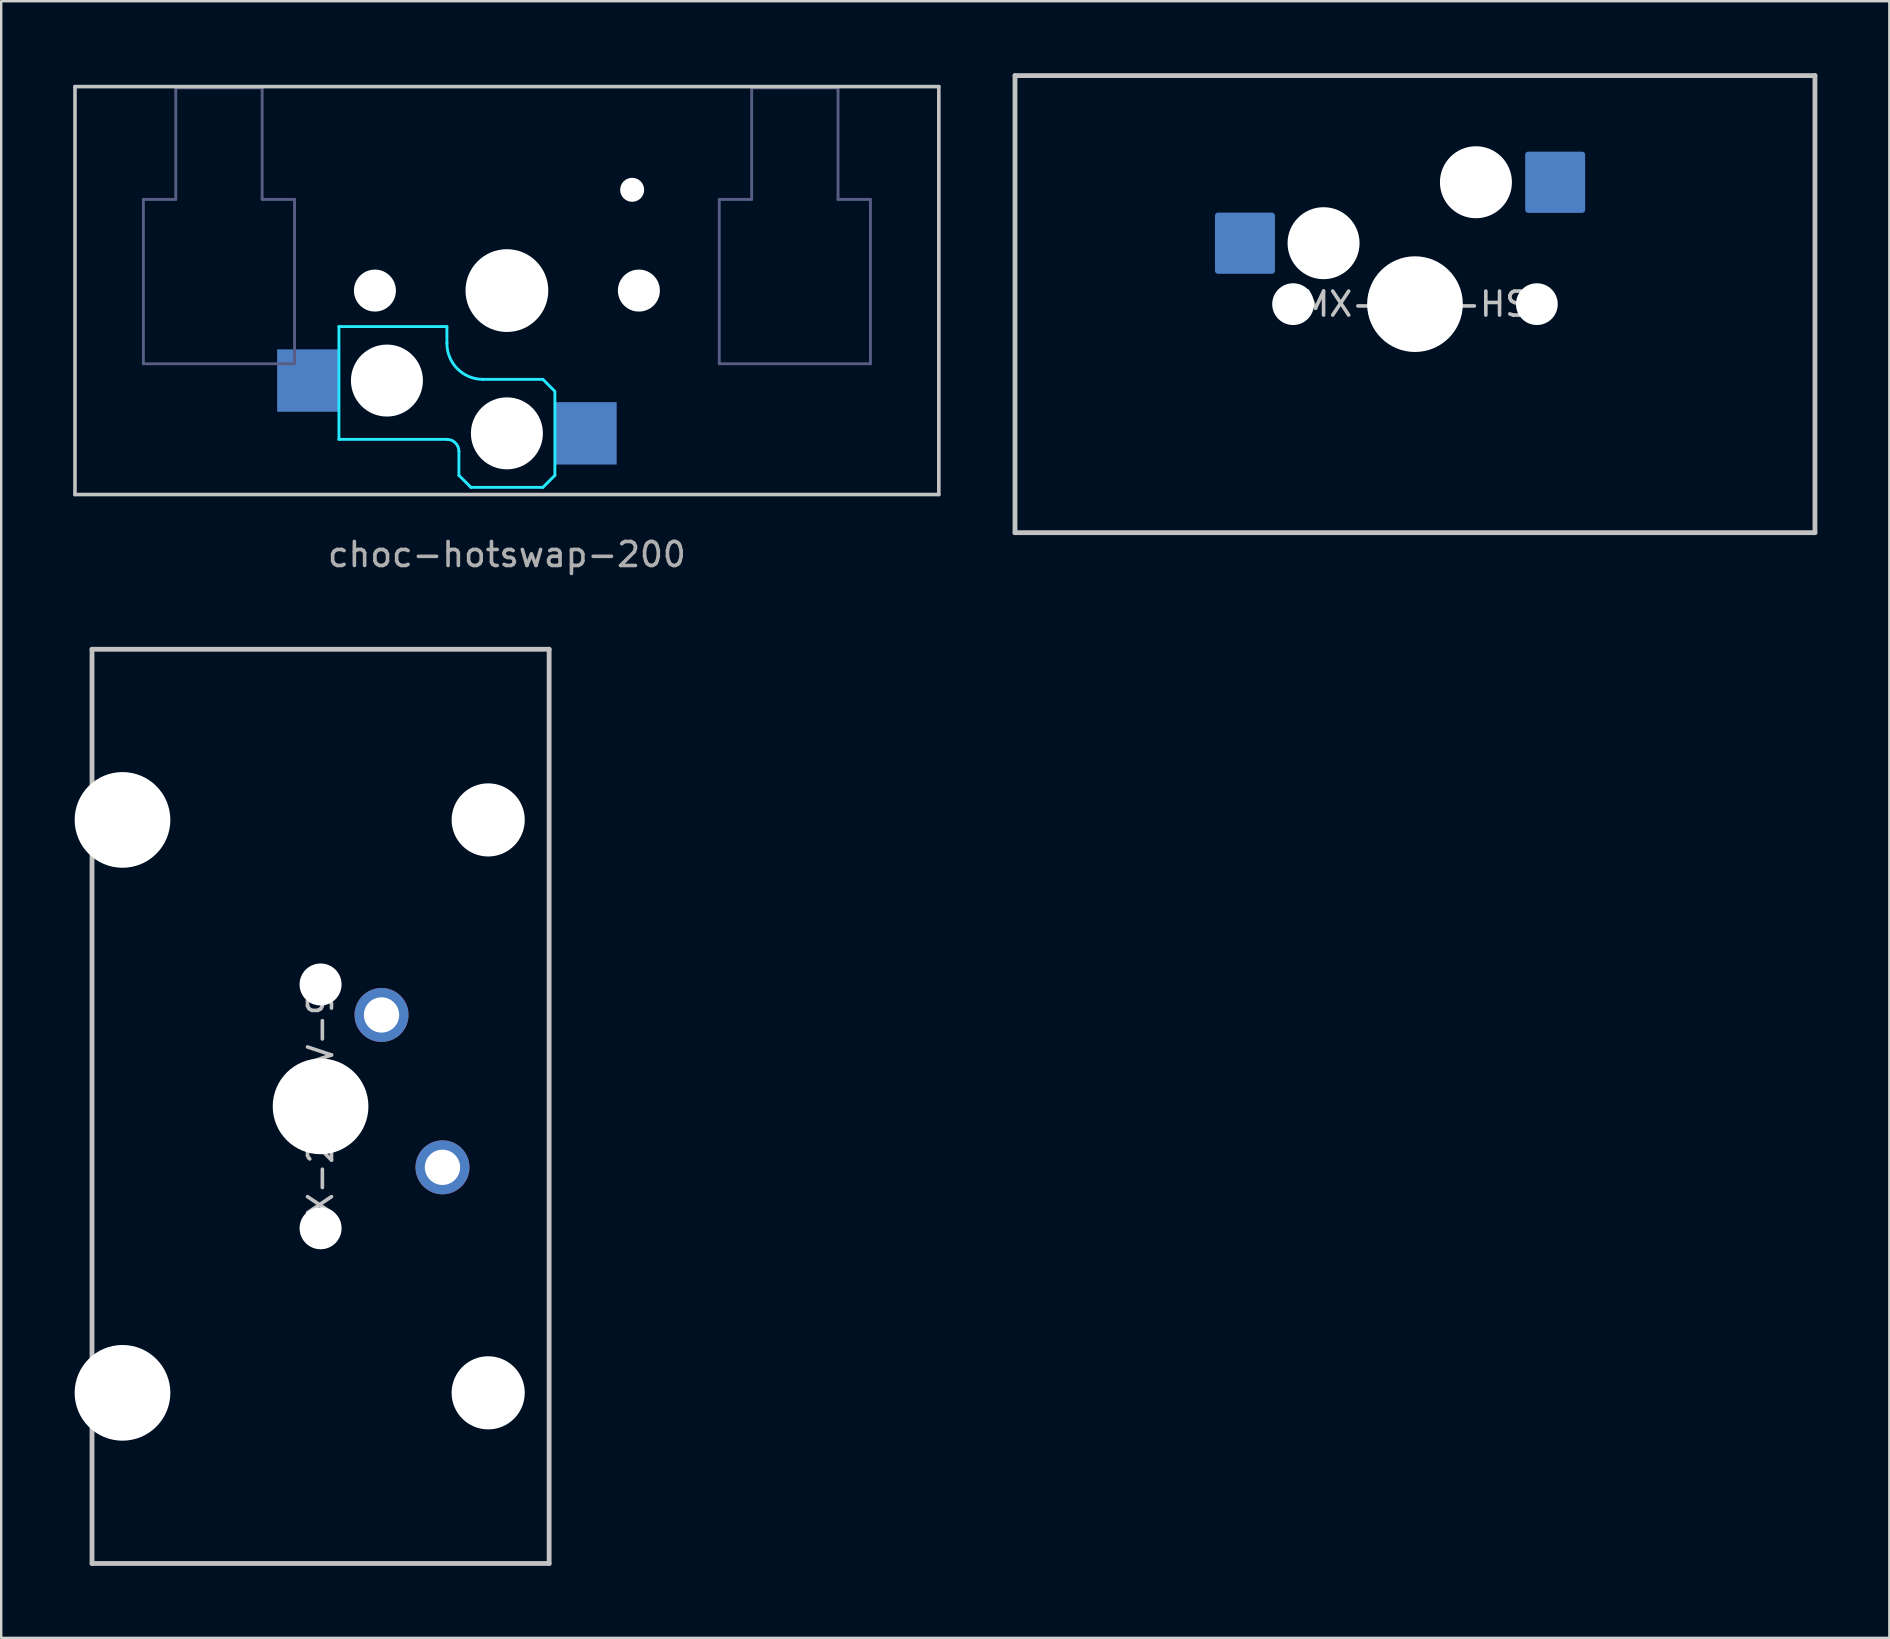
<source format=kicad_pcb>
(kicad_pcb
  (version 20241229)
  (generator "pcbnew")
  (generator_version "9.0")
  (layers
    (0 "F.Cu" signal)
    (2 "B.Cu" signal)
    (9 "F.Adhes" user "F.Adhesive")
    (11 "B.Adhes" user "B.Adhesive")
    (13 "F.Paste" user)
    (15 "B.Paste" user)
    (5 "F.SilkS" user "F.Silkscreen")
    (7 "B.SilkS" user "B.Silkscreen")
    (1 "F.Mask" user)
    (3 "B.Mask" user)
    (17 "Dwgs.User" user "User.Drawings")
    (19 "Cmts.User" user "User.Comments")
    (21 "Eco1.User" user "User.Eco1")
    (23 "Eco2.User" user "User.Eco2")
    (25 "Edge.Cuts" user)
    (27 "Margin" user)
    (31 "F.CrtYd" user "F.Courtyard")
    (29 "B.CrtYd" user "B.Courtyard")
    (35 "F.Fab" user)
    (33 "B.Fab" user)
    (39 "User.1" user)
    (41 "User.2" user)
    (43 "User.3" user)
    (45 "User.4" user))
  (footprint "MX-200-V-90"
    (layer "F.Cu")
    (at 10.31 43.058)
    (property "Reference" "MX-200-V-90" (at 0 0 270) (layer "Dwgs.User") (effects (font (size 1 1) (thickness 0.15))))
    (attr through_hole)
    (fp_line (start -9.525 -19.05) (end 9.525 -19.05) (stroke (width 0.2) (type solid)) (layer "Dwgs.User"))
    (fp_line (start -9.525 19.05) (end -9.525 -19.05) (stroke (width 0.2) (type solid)) (layer "Dwgs.User"))
    (fp_line (start 9.525 19.05) (end -9.525 19.05) (stroke (width 0.2) (type solid)) (layer "Dwgs.User"))
    (fp_line (start 9.525 19.05) (end 9.525 -19.05) (stroke (width 0.2) (type solid)) (layer "Dwgs.User"))
    (fp_line (start -10.25 -15.368) (end -10.25 15.368) (stroke (width 0.12) (type solid)) (layer "Eco1.User"))
    (fp_line (start -10.25 15.368) (end 8.95 15.368) (stroke (width 0.12) (type solid)) (layer "Eco1.User"))
    (fp_line (start -7 -8.508) (end 8.95 -8.508) (stroke (width 0.12) (type solid)) (layer "Eco1.User"))
    (fp_line (start -7 -7) (end -7 -8.508) (stroke (width 0.12) (type solid)) (layer "Eco1.User"))
    (fp_line (start -7 8.508) (end -7 7) (stroke (width 0.12) (type solid)) (layer "Eco1.User"))
    (fp_line (start 7 -7) (end -7 -7) (stroke (width 0.12) (type solid)) (layer "Eco1.User"))
    (fp_line (start 7 -7) (end 7 7) (stroke (width 0.12) (type solid)) (layer "Eco1.User"))
    (fp_line (start 7 7) (end -7 7) (stroke (width 0.12) (type solid)) (layer "Eco1.User"))
    (fp_line (start 8.95 -15.368) (end -10.25 -15.368) (stroke (width 0.12) (type solid)) (layer "Eco1.User"))
    (fp_line (start 8.95 -8.508) (end 8.95 -15.368) (stroke (width 0.12) (type solid)) (layer "Eco1.User"))
    (fp_line (start 8.95 8.508) (end -7 8.508) (stroke (width 0.12) (type solid)) (layer "Eco1.User"))
    (fp_line (start 8.95 15.368) (end 8.95 8.508) (stroke (width 0.12) (type solid)) (layer "Eco1.User"))
    (fp_circle (center 6.985 -11.938) (end 6.985 -9.438) (stroke (width 0.12) (type solid)) (fill no) (layer "Eco2.User"))
    (fp_circle (center 6.985 11.938) (end 6.985 14.438) (stroke (width 0.12) (type solid)) (fill no) (layer "Eco2.User"))
    (pad "" np_thru_hole circle (at -8.255 -11.938 270) (size 3.988 3.988) (drill 3.988) (layers "*.Cu" "*.Mask"))
    (pad "" np_thru_hole circle (at -8.255 11.938 270) (size 3.988 3.988) (drill 3.988) (layers "*.Cu" "*.Mask"))
    (pad "" np_thru_hole circle (at 0 -5.08 90) (size 1.75 1.75) (drill 1.75) (layers "*.Cu" "*.Mask"))
    (pad "" np_thru_hole circle (at 0 0) (size 3.988 3.988) (drill 3.988) (layers "*.Cu" "*.Mask"))
    (pad "" np_thru_hole circle (at 0 5.08 90) (size 1.75 1.75) (drill 1.75) (layers "*.Cu" "*.Mask"))
    (pad "" np_thru_hole circle (at 6.985 -11.938 270) (size 3.048 3.048) (drill 3.048) (layers "*.Cu" "*.Mask"))
    (pad "" np_thru_hole circle (at 6.985 11.938 270) (size 3.048 3.048) (drill 3.048) (layers "*.Cu" "*.Mask"))
    (pad "1" thru_hole circle (at 5.08 2.54 270) (size 2.25 2.25) (drill 1.47) (layers "*.Cu" "B.Mask"))
    (pad "2" thru_hole circle (at 2.54 -3.81 270) (size 2.25 2.25) (drill 1.47) (layers "*.Cu" "B.Mask")))
  (footprint "choc-hotswap-200"
    (layer "F.Cu")
    (at 18.075 9.06)
    (property "Reference" "choc-hotswap-200" (at 0 11 0) (layer "F.Fab") (effects (font (size 1 1) (thickness 0.15))))
    (attr smd)
    (fp_line (start -18 -8.5) (end 18 -8.5) (stroke (width 0.15) (type solid)) (layer "Dwgs.User"))
    (fp_line (start -18 8.5) (end -18 -8.5) (stroke (width 0.15) (type solid)) (layer "Dwgs.User"))
    (fp_line (start -18 8.5) (end 18 8.5) (stroke (width 0.15) (type solid)) (layer "Dwgs.User"))
    (fp_line (start 18 -8.5) (end 18 8.5) (stroke (width 0.15) (type solid)) (layer "Dwgs.User"))
    (fp_line (start -6.9 6.9) (end -6.9 -6.9) (stroke (width 0.15) (type solid)) (layer "Eco1.User"))
    (fp_line (start -6.9 6.9) (end 6.9 6.9) (stroke (width 0.15) (type solid)) (layer "Eco1.User"))
    (fp_line (start 6.9 -6.9) (end -6.9 -6.9) (stroke (width 0.15) (type solid)) (layer "Eco1.User"))
    (fp_line (start 6.9 -6.9) (end 6.9 6.9) (stroke (width 0.15) (type solid)) (layer "Eco1.User"))
    (fp_line (start -14.65 -3.2) (end -14.65 2.3) (stroke (width 0.12) (type solid)) (layer "Eco2.User"))
    (fp_line (start -14.65 -3.2) (end -9.35 -3.2) (stroke (width 0.12) (type solid)) (layer "Eco2.User"))
    (fp_line (start -14.65 2.3) (end -9.35 2.3) (stroke (width 0.12) (type solid)) (layer "Eco2.User"))
    (fp_line (start -14 -9) (end -14 -5.5) (stroke (width 0.12) (type solid)) (layer "Eco2.User"))
    (fp_line (start -14 -9) (end -10 -9) (stroke (width 0.12) (type solid)) (layer "Eco2.User"))
    (fp_line (start -14 -5.5) (end -10 -5.5) (stroke (width 0.12) (type solid)) (layer "Eco2.User"))
    (fp_line (start -10 -9) (end -10 -5.5) (stroke (width 0.12) (type solid)) (layer "Eco2.User"))
    (fp_line (start -9.35 2.3) (end -9.35 -3.2) (stroke (width 0.12) (type solid)) (layer "Eco2.User"))
    (fp_line (start 9.35 -3.2) (end 9.35 2.3) (stroke (width 0.12) (type solid)) (layer "Eco2.User"))
    (fp_line (start 9.35 -3.2) (end 14.65 -3.2) (stroke (width 0.12) (type solid)) (layer "Eco2.User"))
    (fp_line (start 9.35 2.3) (end 14.65 2.3) (stroke (width 0.12) (type solid)) (layer "Eco2.User"))
    (fp_line (start 10 -9) (end 10 -5.5) (stroke (width 0.12) (type solid)) (layer "Eco2.User"))
    (fp_line (start 10 -9) (end 14 -9) (stroke (width 0.12) (type solid)) (layer "Eco2.User"))
    (fp_line (start 10 -5.5) (end 14 -5.5) (stroke (width 0.12) (type solid)) (layer "Eco2.User"))
    (fp_line (start 14 -9) (end 14 -5.5) (stroke (width 0.12) (type solid)) (layer "Eco2.User"))
    (fp_line (start 14.65 2.3) (end 14.65 -3.2) (stroke (width 0.12) (type solid)) (layer "Eco2.User"))
    (fp_line (start -7 1.5) (end -7 6.2) (stroke (width 0.12) (type solid)) (layer "B.CrtYd"))
    (fp_line (start -7 6.2) (end -2.5 6.2) (stroke (width 0.12) (type solid)) (layer "B.CrtYd"))
    (fp_line (start -2.5 1.5) (end -7 1.5) (stroke (width 0.12) (type solid)) (layer "B.CrtYd"))
    (fp_line (start -2.5 2.2) (end -2.5 1.5) (stroke (width 0.12) (type solid)) (layer "B.CrtYd"))
    (fp_line (start -2 6.7) (end -2 7.7) (stroke (width 0.12) (type solid)) (layer "B.CrtYd"))
    (fp_line (start -1.5 8.2) (end -2 7.7) (stroke (width 0.12) (type solid)) (layer "B.CrtYd"))
    (fp_line (start 1.5 3.7) (end -1 3.7) (stroke (width 0.12) (type solid)) (layer "B.CrtYd"))
    (fp_line (start 1.5 8.2) (end -1.5 8.2) (stroke (width 0.12) (type solid)) (layer "B.CrtYd"))
    (fp_line (start 2 4.2) (end 1.5 3.7) (stroke (width 0.12) (type solid)) (layer "B.CrtYd"))
    (fp_line (start 2 4.25) (end 2 7.7) (stroke (width 0.12) (type solid)) (layer "B.CrtYd"))
    (fp_line (start 2 7.7) (end 1.5 8.2) (stroke (width 0.12) (type solid)) (layer "B.CrtYd"))
    (fp_arc (start -2.5 6.2) (mid -2.146447 6.346447) (end -2 6.7) (stroke (width 0.12) (type solid)) (layer "B.CrtYd"))
    (fp_arc (start -1 3.7) (mid -2.06066 3.26066) (end -2.5 2.2) (stroke (width 0.12) (type solid)) (layer "B.CrtYd"))
    (fp_line (start -15.15 -3.8) (end -13.8 -3.8) (stroke (width 0.12) (type solid)) (layer "B.Fab"))
    (fp_line (start -15.15 3.05) (end -15.15 -3.8) (stroke (width 0.12) (type solid)) (layer "B.Fab"))
    (fp_line (start -13.8 -8.45) (end -13.8 -3.8) (stroke (width 0.12) (type solid)) (layer "B.Fab"))
    (fp_line (start -13.8 -8.45) (end -10.2 -8.45) (stroke (width 0.12) (type solid)) (layer "B.Fab"))
    (fp_line (start -10.2 -8.45) (end -10.2 -3.8) (stroke (width 0.12) (type solid)) (layer "B.Fab"))
    (fp_line (start -10.2 -3.8) (end -8.85 -3.8) (stroke (width 0.12) (type solid)) (layer "B.Fab"))
    (fp_line (start -8.85 3.05) (end -15.15 3.05) (stroke (width 0.12) (type solid)) (layer "B.Fab"))
    (fp_line (start -8.85 3.05) (end -8.85 -3.8) (stroke (width 0.12) (type solid)) (layer "B.Fab"))
    (fp_line (start 8.85 -3.8) (end 10.2 -3.8) (stroke (width 0.12) (type solid)) (layer "B.Fab"))
    (fp_line (start 8.85 3.05) (end 8.85 -3.8) (stroke (width 0.12) (type solid)) (layer "B.Fab"))
    (fp_line (start 10.2 -8.45) (end 10.2 -3.8) (stroke (width 0.12) (type solid)) (layer "B.Fab"))
    (fp_line (start 10.2 -8.45) (end 13.8 -8.45) (stroke (width 0.12) (type solid)) (layer "B.Fab"))
    (fp_line (start 13.8 -8.45) (end 13.8 -3.8) (stroke (width 0.12) (type solid)) (layer "B.Fab"))
    (fp_line (start 13.8 -3.8) (end 15.15 -3.8) (stroke (width 0.12) (type solid)) (layer "B.Fab"))
    (fp_line (start 15.15 3.05) (end 8.85 3.05) (stroke (width 0.12) (type solid)) (layer "B.Fab"))
    (fp_line (start 15.15 3.05) (end 15.15 -3.8) (stroke (width 0.12) (type solid)) (layer "B.Fab"))
    (pad "" np_thru_hole circle (at -5.5 0) (size 1.75 1.75) (drill 1.75) (layers "*.Cu" "*.Mask"))
    (pad "" np_thru_hole circle (at -5 3.75) (size 3 3) (drill 3) (layers "*.Cu" "*.Mask"))
    (pad "" np_thru_hole circle (at 0 0) (size 3.45 3.45) (drill 3.45) (layers "*.Cu" "*.Mask"))
    (pad "" np_thru_hole circle (at 0 5.95) (size 3 3) (drill 3) (layers "*.Cu" "*.Mask"))
    (pad "" np_thru_hole circle (at 5.22 -4.2) (size 1 1) (drill 1) (layers "*.Cu" "*.Mask"))
    (pad "" np_thru_hole circle (at 5.5 0) (size 1.75 1.75) (drill 1.75) (layers "*.Cu" "*.Mask"))
    (pad "1" smd rect (at 3.275 5.95) (size 2.6 2.6) (layers "B.Cu" "B.Mask" "B.Paste"))
    (pad "2" smd rect (at -8.275 3.75) (size 2.6 2.6) (layers "B.Cu" "B.Mask" "B.Paste")))
  (footprint "MX-175-HS"
    (layer "F.Cu")
    (at 55.919 9.625)
    (property "Reference" "MX-175-HS" (at 0 0 0) (layer "Dwgs.User") (effects (font (size 1 1) (thickness 0.15))))
    (attr through_hole)
    (fp_line (start -16.669 -9.525) (end 16.669 -9.525) (stroke (width 0.2) (type solid)) (layer "Dwgs.User"))
    (fp_line (start -16.669 9.525) (end -16.669 -9.525) (stroke (width 0.2) (type solid)) (layer "Dwgs.User"))
    (fp_line (start 16.669 -9.525) (end 16.669 9.525) (stroke (width 0.2) (type solid)) (layer "Dwgs.User"))
    (fp_line (start 16.669 9.525) (end -16.669 9.525) (stroke (width 0.2) (type solid)) (layer "Dwgs.User"))
    (fp_line (start -7 -7) (end 7 -7) (stroke (width 0.12) (type solid)) (layer "Eco1.User"))
    (fp_line (start -7 7) (end -7 -7) (stroke (width 0.12) (type solid)) (layer "Eco1.User"))
    (fp_line (start -7 7) (end 7 7) (stroke (width 0.12) (type solid)) (layer "Eco1.User"))
    (fp_line (start 7 7) (end 7 -7) (stroke (width 0.12) (type solid)) (layer "Eco1.User"))
    (pad "" np_thru_hole circle (at -5.08 0) (size 1.74 1.74) (drill 1.74) (layers "*.Cu" "*.Mask"))
    (pad "" np_thru_hole circle (at -3.81 -2.54) (size 3 3) (drill 3) (layers "*.Cu" "*.Mask"))
    (pad "" np_thru_hole circle (at 0 0) (size 3.988 3.988) (drill 3.988) (layers "*.Cu" "*.Mask"))
    (pad "" np_thru_hole circle (at 2.54 -5.08) (size 3 3) (drill 3) (layers "*.Cu" "*.Mask"))
    (pad "" np_thru_hole circle (at 5.08 0) (size 1.74 1.74) (drill 1.74) (layers "*.Cu" "*.Mask"))
    (pad "1" smd roundrect (at 5.842 -5.08) (size 2.5 2.55) (layers "B.Cu" "B.Mask" "B.Paste") (roundrect_rratio 0.05))
    (pad "2" smd roundrect (at -7.085 -2.54) (size 2.5 2.55) (layers "B.Cu" "B.Mask" "B.Paste") (roundrect_rratio 0.05)))
  (gr_rect
    (start -3 -3)
    (end 75.688 65.208)
    (stroke (width 0.1) (type default))
    (fill no)
    (layer "Edge.Cuts")))
</source>
